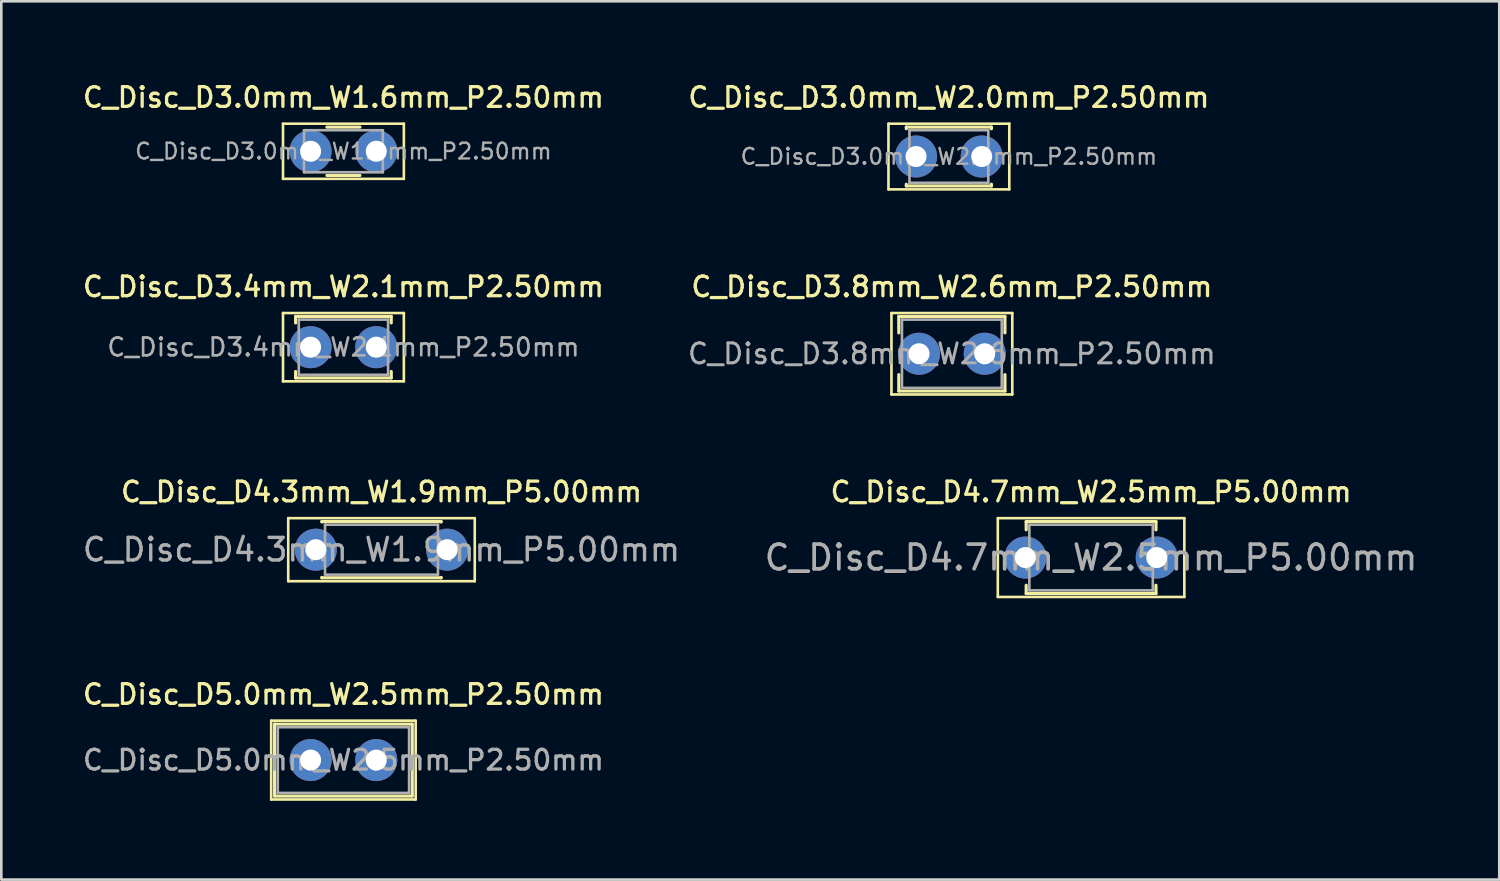
<source format=kicad_pcb>
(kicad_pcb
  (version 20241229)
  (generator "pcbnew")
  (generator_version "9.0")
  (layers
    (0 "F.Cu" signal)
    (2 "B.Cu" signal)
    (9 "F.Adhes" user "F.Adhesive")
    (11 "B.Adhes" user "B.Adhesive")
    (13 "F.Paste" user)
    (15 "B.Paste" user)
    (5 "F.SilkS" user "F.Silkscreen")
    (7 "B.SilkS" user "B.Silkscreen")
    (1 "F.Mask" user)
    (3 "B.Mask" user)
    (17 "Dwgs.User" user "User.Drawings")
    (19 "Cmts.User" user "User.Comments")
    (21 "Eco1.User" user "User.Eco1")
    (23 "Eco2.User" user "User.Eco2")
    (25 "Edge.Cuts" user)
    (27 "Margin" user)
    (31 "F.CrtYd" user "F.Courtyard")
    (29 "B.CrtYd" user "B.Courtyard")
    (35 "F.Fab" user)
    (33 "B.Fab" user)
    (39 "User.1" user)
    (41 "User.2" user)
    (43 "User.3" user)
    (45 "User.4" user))
  (footprint "C_Disc_D3.8mm_W2.6mm_P2.50mm"
    (layer "F.Cu")
    (at 31.934 10.416)
    (property "Reference" "C_Disc_D3.8mm_W2.6mm_P2.50mm" (at 1.25 -2.55 0) (layer "F.SilkS") (effects (font (size 0.75 0.75) (thickness 0.125))))
    (attr through_hole)
    (fp_line (start -1.05 -1.55) (end -1.05 1.55) (stroke (width 0.1) (type solid)) (layer "F.SilkS"))
    (fp_line (start -1.05 1.55) (end 3.55 1.55) (stroke (width 0.1) (type solid)) (layer "F.SilkS"))
    (fp_line (start -0.77 -1.42) (end -0.77 -0.795) (stroke (width 0.12) (type solid)) (layer "F.SilkS"))
    (fp_line (start -0.77 -1.42) (end 3.27 -1.42) (stroke (width 0.12) (type solid)) (layer "F.SilkS"))
    (fp_line (start -0.77 0.795) (end -0.77 1.42) (stroke (width 0.12) (type solid)) (layer "F.SilkS"))
    (fp_line (start -0.77 1.42) (end 3.27 1.42) (stroke (width 0.12) (type solid)) (layer "F.SilkS"))
    (fp_line (start 3.27 -1.42) (end 3.27 -0.795) (stroke (width 0.12) (type solid)) (layer "F.SilkS"))
    (fp_line (start 3.27 0.795) (end 3.27 1.42) (stroke (width 0.12) (type solid)) (layer "F.SilkS"))
    (fp_line (start 3.55 -1.55) (end -1.05 -1.55) (stroke (width 0.1) (type solid)) (layer "F.SilkS"))
    (fp_line (start 3.55 1.55) (end 3.55 -1.55) (stroke (width 0.1) (type solid)) (layer "F.SilkS"))
    (fp_line (start -0.65 -1.3) (end -0.65 1.3) (stroke (width 0.1) (type solid)) (layer "F.Fab"))
    (fp_line (start -0.65 1.3) (end 3.15 1.3) (stroke (width 0.1) (type solid)) (layer "F.Fab"))
    (fp_line (start 3.15 -1.3) (end -0.65 -1.3) (stroke (width 0.1) (type solid)) (layer "F.Fab"))
    (fp_line (start 3.15 1.3) (end 3.15 -1.3) (stroke (width 0.1) (type solid)) (layer "F.Fab"))
    (fp_text user "${REFERENCE}" (at 1.25 0 0) (layer "F.Fab") (effects (font (size 0.76 0.76) (thickness 0.114))))
    (pad "1" thru_hole circle (at 0 0) (size 1.6 1.6) (drill 0.8) (layers "*.Cu" "*.Mask"))
    (pad "2" thru_hole circle (at 2.5 0) (size 1.6 1.6) (drill 0.8) (layers "*.Cu" "*.Mask")))
  (footprint "C_Disc_D3.4mm_W2.1mm_P2.50mm"
    (layer "F.Cu")
    (at 8.773 10.166)
    (property "Reference" "C_Disc_D3.4mm_W2.1mm_P2.50mm" (at 1.25 -2.3 0) (layer "F.SilkS") (effects (font (size 0.75 0.75) (thickness 0.125))))
    (attr through_hole)
    (fp_line (start -1.05 -1.3) (end -1.05 1.3) (stroke (width 0.1) (type solid)) (layer "F.SilkS"))
    (fp_line (start -1.05 1.3) (end 3.55 1.3) (stroke (width 0.1) (type solid)) (layer "F.SilkS"))
    (fp_line (start -0.57 -1.17) (end -0.57 -0.925) (stroke (width 0.12) (type solid)) (layer "F.SilkS"))
    (fp_line (start -0.57 -1.17) (end 3.07 -1.17) (stroke (width 0.12) (type solid)) (layer "F.SilkS"))
    (fp_line (start -0.57 0.925) (end -0.57 1.17) (stroke (width 0.12) (type solid)) (layer "F.SilkS"))
    (fp_line (start -0.57 1.17) (end 3.07 1.17) (stroke (width 0.12) (type solid)) (layer "F.SilkS"))
    (fp_line (start 3.07 -1.17) (end 3.07 -0.925) (stroke (width 0.12) (type solid)) (layer "F.SilkS"))
    (fp_line (start 3.07 0.925) (end 3.07 1.17) (stroke (width 0.12) (type solid)) (layer "F.SilkS"))
    (fp_line (start 3.55 -1.3) (end -1.05 -1.3) (stroke (width 0.1) (type solid)) (layer "F.SilkS"))
    (fp_line (start 3.55 1.3) (end 3.55 -1.3) (stroke (width 0.1) (type solid)) (layer "F.SilkS"))
    (fp_line (start -0.45 -1.05) (end -0.45 1.05) (stroke (width 0.1) (type solid)) (layer "F.Fab"))
    (fp_line (start -0.45 1.05) (end 2.95 1.05) (stroke (width 0.1) (type solid)) (layer "F.Fab"))
    (fp_line (start 2.95 -1.05) (end -0.45 -1.05) (stroke (width 0.1) (type solid)) (layer "F.Fab"))
    (fp_line (start 2.95 1.05) (end 2.95 -1.05) (stroke (width 0.1) (type solid)) (layer "F.Fab"))
    (fp_text user "${REFERENCE}" (at 1.25 0 0) (layer "F.Fab") (effects (font (size 0.68 0.68) (thickness 0.102))))
    (pad "1" thru_hole circle (at 0 0) (size 1.6 1.6) (drill 0.8) (layers "*.Cu" "*.Mask"))
    (pad "2" thru_hole circle (at 2.5 0) (size 1.6 1.6) (drill 0.8) (layers "*.Cu" "*.Mask")))
  (footprint "C_Disc_D3.0mm_W2.0mm_P2.50mm"
    (layer "F.Cu")
    (at 31.82 2.908)
    (property "Reference" "C_Disc_D3.0mm_W2.0mm_P2.50mm" (at 1.25 -2.25 0) (layer "F.SilkS") (effects (font (size 0.75 0.75) (thickness 0.125))))
    (attr through_hole)
    (fp_line (start -1.05 -1.25) (end -1.05 1.25) (stroke (width 0.1) (type solid)) (layer "F.SilkS"))
    (fp_line (start -1.05 1.25) (end 3.55 1.25) (stroke (width 0.1) (type solid)) (layer "F.SilkS"))
    (fp_line (start -0.37 -1.12) (end -0.37 -1.055) (stroke (width 0.12) (type solid)) (layer "F.SilkS"))
    (fp_line (start -0.37 -1.12) (end 2.87 -1.12) (stroke (width 0.12) (type solid)) (layer "F.SilkS"))
    (fp_line (start -0.37 1.055) (end -0.37 1.12) (stroke (width 0.12) (type solid)) (layer "F.SilkS"))
    (fp_line (start -0.37 1.12) (end 2.87 1.12) (stroke (width 0.12) (type solid)) (layer "F.SilkS"))
    (fp_line (start 2.87 -1.12) (end 2.87 -1.055) (stroke (width 0.12) (type solid)) (layer "F.SilkS"))
    (fp_line (start 2.87 1.055) (end 2.87 1.12) (stroke (width 0.12) (type solid)) (layer "F.SilkS"))
    (fp_line (start 3.55 -1.25) (end -1.05 -1.25) (stroke (width 0.1) (type solid)) (layer "F.SilkS"))
    (fp_line (start 3.55 1.25) (end 3.55 -1.25) (stroke (width 0.1) (type solid)) (layer "F.SilkS"))
    (fp_line (start -0.25 -1) (end -0.25 1) (stroke (width 0.1) (type solid)) (layer "F.Fab"))
    (fp_line (start -0.25 1) (end 2.75 1) (stroke (width 0.1) (type solid)) (layer "F.Fab"))
    (fp_line (start 2.75 -1) (end -0.25 -1) (stroke (width 0.1) (type solid)) (layer "F.Fab"))
    (fp_line (start 2.75 1) (end 2.75 -1) (stroke (width 0.1) (type solid)) (layer "F.Fab"))
    (fp_text user "${REFERENCE}" (at 1.25 0 0) (layer "F.Fab") (effects (font (size 0.6 0.6) (thickness 0.09))))
    (pad "1" thru_hole circle (at 0 0) (size 1.6 1.6) (drill 0.8) (layers "*.Cu" "*.Mask"))
    (pad "2" thru_hole circle (at 2.5 0) (size 1.6 1.6) (drill 0.8) (layers "*.Cu" "*.Mask")))
  (footprint "C_Disc_D4.7mm_W2.5mm_P5.00mm"
    (layer "F.Cu")
    (at 35.983 18.174)
    (property "Reference" "C_Disc_D4.7mm_W2.5mm_P5.00mm" (at 2.5 -2.5 0) (layer "F.SilkS") (effects (font (size 0.75 0.75) (thickness 0.125))))
    (attr through_hole)
    (fp_line (start -1.05 -1.5) (end -1.05 1.5) (stroke (width 0.1) (type solid)) (layer "F.SilkS"))
    (fp_line (start -1.05 1.5) (end 6.05 1.5) (stroke (width 0.1) (type solid)) (layer "F.SilkS"))
    (fp_line (start 0.03 -1.37) (end 0.03 -1.055) (stroke (width 0.12) (type solid)) (layer "F.SilkS"))
    (fp_line (start 0.03 -1.37) (end 4.97 -1.37) (stroke (width 0.12) (type solid)) (layer "F.SilkS"))
    (fp_line (start 0.03 1.055) (end 0.03 1.37) (stroke (width 0.12) (type solid)) (layer "F.SilkS"))
    (fp_line (start 0.03 1.37) (end 4.97 1.37) (stroke (width 0.12) (type solid)) (layer "F.SilkS"))
    (fp_line (start 4.97 -1.37) (end 4.97 -1.055) (stroke (width 0.12) (type solid)) (layer "F.SilkS"))
    (fp_line (start 4.97 1.055) (end 4.97 1.37) (stroke (width 0.12) (type solid)) (layer "F.SilkS"))
    (fp_line (start 6.05 -1.5) (end -1.05 -1.5) (stroke (width 0.1) (type solid)) (layer "F.SilkS"))
    (fp_line (start 6.05 1.5) (end 6.05 -1.5) (stroke (width 0.1) (type solid)) (layer "F.SilkS"))
    (fp_line (start 0.15 -1.25) (end 0.15 1.25) (stroke (width 0.1) (type solid)) (layer "F.Fab"))
    (fp_line (start 0.15 1.25) (end 4.85 1.25) (stroke (width 0.1) (type solid)) (layer "F.Fab"))
    (fp_line (start 4.85 -1.25) (end 0.15 -1.25) (stroke (width 0.1) (type solid)) (layer "F.Fab"))
    (fp_line (start 4.85 1.25) (end 4.85 -1.25) (stroke (width 0.1) (type solid)) (layer "F.Fab"))
    (fp_text user "${REFERENCE}" (at 2.5 0 0) (layer "F.Fab") (effects (font (size 0.94 0.94) (thickness 0.141))))
    (pad "1" thru_hole circle (at 0 0) (size 1.6 1.6) (drill 0.8) (layers "*.Cu" "*.Mask"))
    (pad "2" thru_hole circle (at 5 0) (size 1.6 1.6) (drill 0.8) (layers "*.Cu" "*.Mask")))
  (footprint "C_Disc_D5.0mm_W2.5mm_P2.50mm"
    (layer "F.Cu")
    (at 8.773 25.883)
    (property "Reference" "C_Disc_D5.0mm_W2.5mm_P2.50mm" (at 1.25 -2.5 0) (layer "F.SilkS") (effects (font (size 0.75 0.75) (thickness 0.125))))
    (attr through_hole)
    (fp_line (start -1.5 -1.5) (end -1.5 1.5) (stroke (width 0.1) (type solid)) (layer "F.SilkS"))
    (fp_line (start -1.5 1.5) (end 4 1.5) (stroke (width 0.1) (type solid)) (layer "F.SilkS"))
    (fp_line (start -1.37 -1.37) (end -1.37 1.37) (stroke (width 0.12) (type solid)) (layer "F.SilkS"))
    (fp_line (start -1.37 -1.37) (end 3.87 -1.37) (stroke (width 0.12) (type solid)) (layer "F.SilkS"))
    (fp_line (start -1.37 1.37) (end 3.87 1.37) (stroke (width 0.12) (type solid)) (layer "F.SilkS"))
    (fp_line (start 3.87 -1.37) (end 3.87 1.37) (stroke (width 0.12) (type solid)) (layer "F.SilkS"))
    (fp_line (start 4 -1.5) (end -1.5 -1.5) (stroke (width 0.1) (type solid)) (layer "F.SilkS"))
    (fp_line (start 4 1.5) (end 4 -1.5) (stroke (width 0.1) (type solid)) (layer "F.SilkS"))
    (fp_line (start -1.25 -1.25) (end -1.25 1.25) (stroke (width 0.1) (type solid)) (layer "F.Fab"))
    (fp_line (start -1.25 1.25) (end 3.75 1.25) (stroke (width 0.1) (type solid)) (layer "F.Fab"))
    (fp_line (start 3.75 -1.25) (end -1.25 -1.25) (stroke (width 0.1) (type solid)) (layer "F.Fab"))
    (fp_line (start 3.75 1.25) (end 3.75 -1.25) (stroke (width 0.1) (type solid)) (layer "F.Fab"))
    (fp_text user "${REFERENCE}" (at 1.25 0 0) (layer "F.Fab") (effects (font (size 0.75 0.75) (thickness 0.125))))
    (pad "1" thru_hole circle (at 0 0) (size 1.6 1.6) (drill 0.8) (layers "*.Cu" "*.Mask"))
    (pad "2" thru_hole circle (at 2.5 0) (size 1.6 1.6) (drill 0.8) (layers "*.Cu" "*.Mask")))
  (footprint "C_Disc_D4.3mm_W1.9mm_P5.00mm"
    (layer "F.Cu")
    (at 8.972 17.874)
    (property "Reference" "C_Disc_D4.3mm_W1.9mm_P5.00mm" (at 2.5 -2.2 0) (layer "F.SilkS") (effects (font (size 0.75 0.75) (thickness 0.125))))
    (attr through_hole)
    (fp_line (start -1.05 -1.2) (end -1.05 1.2) (stroke (width 0.1) (type solid)) (layer "F.SilkS"))
    (fp_line (start -1.05 1.2) (end 6.05 1.2) (stroke (width 0.1) (type solid)) (layer "F.SilkS"))
    (fp_line (start 0.23 -1.07) (end 0.23 -1.055) (stroke (width 0.12) (type solid)) (layer "F.SilkS"))
    (fp_line (start 0.23 -1.07) (end 4.77 -1.07) (stroke (width 0.12) (type solid)) (layer "F.SilkS"))
    (fp_line (start 0.23 1.055) (end 0.23 1.07) (stroke (width 0.12) (type solid)) (layer "F.SilkS"))
    (fp_line (start 0.23 1.07) (end 4.77 1.07) (stroke (width 0.12) (type solid)) (layer "F.SilkS"))
    (fp_line (start 4.77 -1.07) (end 4.77 -1.055) (stroke (width 0.12) (type solid)) (layer "F.SilkS"))
    (fp_line (start 4.77 1.055) (end 4.77 1.07) (stroke (width 0.12) (type solid)) (layer "F.SilkS"))
    (fp_line (start 6.05 -1.2) (end -1.05 -1.2) (stroke (width 0.1) (type solid)) (layer "F.SilkS"))
    (fp_line (start 6.05 1.2) (end 6.05 -1.2) (stroke (width 0.1) (type solid)) (layer "F.SilkS"))
    (fp_line (start 0.35 -0.95) (end 0.35 0.95) (stroke (width 0.1) (type solid)) (layer "F.Fab"))
    (fp_line (start 0.35 0.95) (end 4.65 0.95) (stroke (width 0.1) (type solid)) (layer "F.Fab"))
    (fp_line (start 4.65 -0.95) (end 0.35 -0.95) (stroke (width 0.1) (type solid)) (layer "F.Fab"))
    (fp_line (start 4.65 0.95) (end 4.65 -0.95) (stroke (width 0.1) (type solid)) (layer "F.Fab"))
    (fp_text user "${REFERENCE}" (at 2.5 0 0) (layer "F.Fab") (effects (font (size 0.86 0.86) (thickness 0.129))))
    (pad "1" thru_hole circle (at 0 0) (size 1.6 1.6) (drill 0.8) (layers "*.Cu" "*.Mask"))
    (pad "2" thru_hole circle (at 5 0) (size 1.6 1.6) (drill 0.8) (layers "*.Cu" "*.Mask")))
  (footprint "C_Disc_D3.0mm_W1.6mm_P2.50mm"
    (layer "F.Cu")
    (at 8.773 2.708)
    (property "Reference" "C_Disc_D3.0mm_W1.6mm_P2.50mm" (at 1.25 -2.05 0) (layer "F.SilkS") (effects (font (size 0.75 0.75) (thickness 0.125))))
    (attr through_hole)
    (fp_line (start -1.05 -1.05) (end -1.05 1.05) (stroke (width 0.1) (type solid)) (layer "F.SilkS"))
    (fp_line (start -1.05 1.05) (end 3.55 1.05) (stroke (width 0.1) (type solid)) (layer "F.SilkS"))
    (fp_line (start 0.621 -0.92) (end 1.879 -0.92) (stroke (width 0.12) (type solid)) (layer "F.SilkS"))
    (fp_line (start 0.621 0.92) (end 1.879 0.92) (stroke (width 0.12) (type solid)) (layer "F.SilkS"))
    (fp_line (start 3.55 -1.05) (end -1.05 -1.05) (stroke (width 0.1) (type solid)) (layer "F.SilkS"))
    (fp_line (start 3.55 1.05) (end 3.55 -1.05) (stroke (width 0.1) (type solid)) (layer "F.SilkS"))
    (fp_line (start -0.25 -0.8) (end -0.25 0.8) (stroke (width 0.1) (type solid)) (layer "F.Fab"))
    (fp_line (start -0.25 0.8) (end 2.75 0.8) (stroke (width 0.1) (type solid)) (layer "F.Fab"))
    (fp_line (start 2.75 -0.8) (end -0.25 -0.8) (stroke (width 0.1) (type solid)) (layer "F.Fab"))
    (fp_line (start 2.75 0.8) (end 2.75 -0.8) (stroke (width 0.1) (type solid)) (layer "F.Fab"))
    (fp_text user "${REFERENCE}" (at 1.25 0 0) (layer "F.Fab") (effects (font (size 0.6 0.6) (thickness 0.09))))
    (pad "1" thru_hole circle (at 0 0) (size 1.6 1.6) (drill 0.8) (layers "*.Cu" "*.Mask"))
    (pad "2" thru_hole circle (at 2.5 0) (size 1.6 1.6) (drill 0.8) (layers "*.Cu" "*.Mask")))
  (gr_rect
    (start -3 -3)
    (end 54.021 30.433)
    (stroke (width 0.1) (type default))
    (fill no)
    (layer "Edge.Cuts")))
</source>
